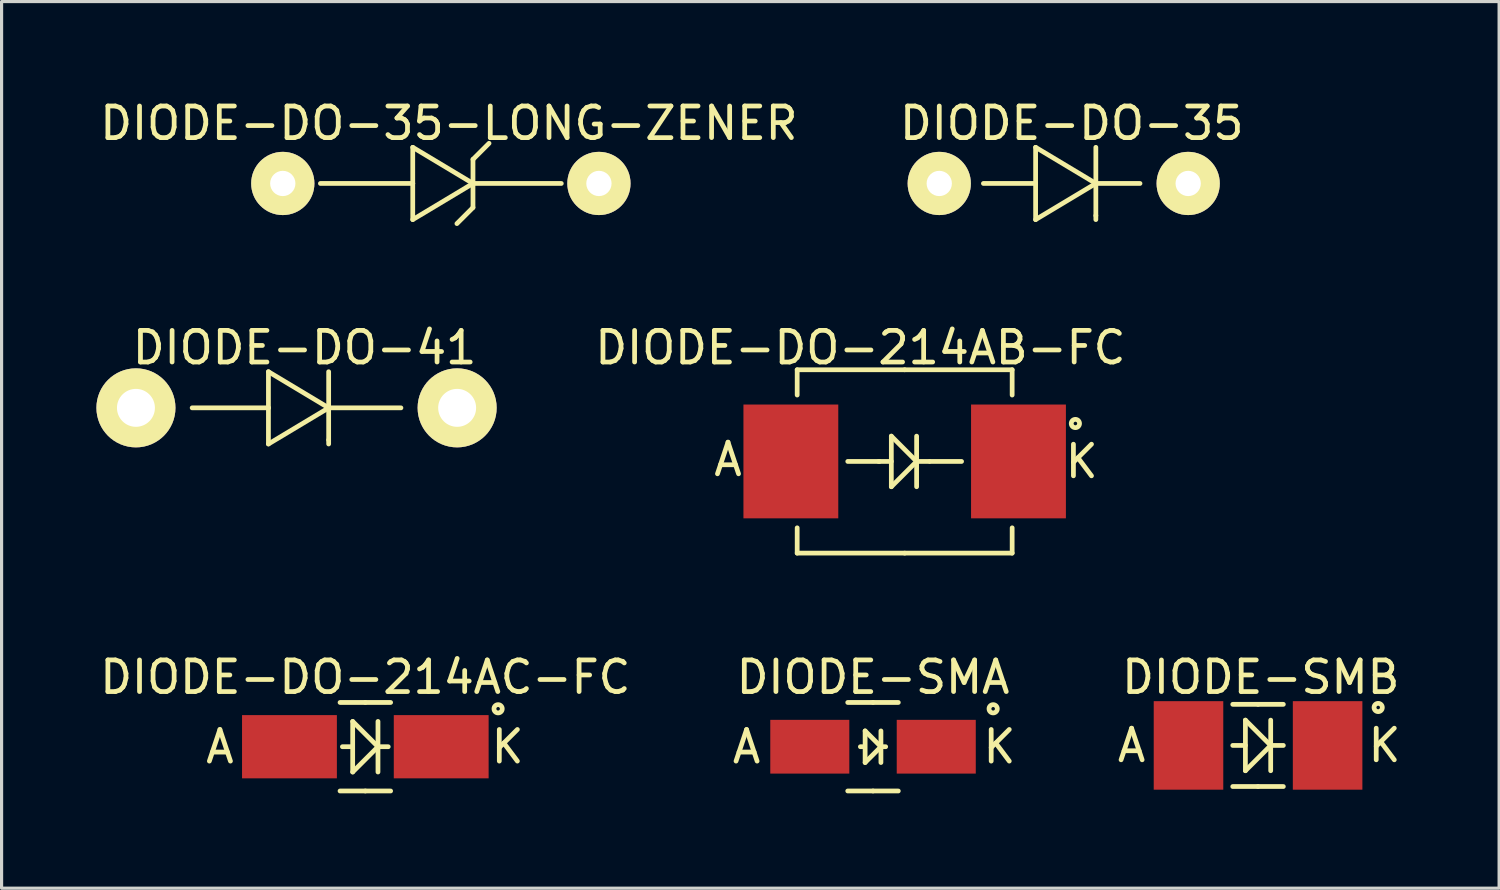
<source format=kicad_pcb>
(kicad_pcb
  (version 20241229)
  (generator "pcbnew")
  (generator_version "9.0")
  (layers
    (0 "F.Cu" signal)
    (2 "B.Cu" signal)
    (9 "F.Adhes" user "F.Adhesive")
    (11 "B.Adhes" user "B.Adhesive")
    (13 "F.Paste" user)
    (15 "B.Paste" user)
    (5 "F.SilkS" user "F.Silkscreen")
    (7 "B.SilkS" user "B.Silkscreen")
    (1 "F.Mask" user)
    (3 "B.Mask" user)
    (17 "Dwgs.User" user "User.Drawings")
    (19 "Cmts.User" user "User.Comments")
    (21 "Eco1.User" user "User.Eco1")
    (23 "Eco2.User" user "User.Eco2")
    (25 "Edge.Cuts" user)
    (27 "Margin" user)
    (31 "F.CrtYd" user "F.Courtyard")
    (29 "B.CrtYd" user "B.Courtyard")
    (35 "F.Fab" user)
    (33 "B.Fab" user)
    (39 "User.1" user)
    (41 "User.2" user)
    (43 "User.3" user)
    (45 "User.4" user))
  (footprint "DIODE-SMA"
    (layer "F.Cu")
    (at 24.565 20.57)
    (property "Reference" "DIODE-SMA" (at 0 -2.2 0) (layer "F.SilkS") (effects (font (size 1 1) (thickness 0.15))))
    (attr smd)
    (fp_line (start -0.3 0) (end -0.4 0) (stroke (width 0.15) (type solid)) (layer "F.SilkS"))
    (fp_line (start -0.25 -0.5) (end -0.25 0.5) (stroke (width 0.15) (type solid)) (layer "F.SilkS"))
    (fp_line (start -0.25 -0.5) (end 0.25 0) (stroke (width 0.15) (type solid)) (layer "F.SilkS"))
    (fp_line (start -0.25 0.5) (end 0.25 0) (stroke (width 0.15) (type solid)) (layer "F.SilkS"))
    (fp_line (start 0 -1.4) (end -0.8 -1.4) (stroke (width 0.15) (type solid)) (layer "F.SilkS"))
    (fp_line (start 0 -1.4) (end 0.8 -1.4) (stroke (width 0.15) (type solid)) (layer "F.SilkS"))
    (fp_line (start 0 1.4) (end -0.8 1.4) (stroke (width 0.15) (type solid)) (layer "F.SilkS"))
    (fp_line (start 0 1.4) (end 0.8 1.4) (stroke (width 0.15) (type solid)) (layer "F.SilkS"))
    (fp_line (start 0.25 -0.5) (end 0.25 0.5) (stroke (width 0.15) (type solid)) (layer "F.SilkS"))
    (fp_line (start 0.3 0) (end 0.4 0) (stroke (width 0.15) (type solid)) (layer "F.SilkS"))
    (fp_circle (center 3.8 -1.2) (end 3.775 -1.15) (stroke (width 0.15) (type solid)) (fill no) (layer "F.SilkS"))
    (fp_text user "A" (at -4 0 0) (layer "F.SilkS") (effects (font (size 1 1) (thickness 0.15))))
    (fp_text user "K" (at 4 0 0) (layer "F.SilkS") (effects (font (size 1 1) (thickness 0.15))))
    (pad "1" smd rect (at -2 0) (size 2.5 1.7) (layers "F.Cu" "F.Mask" "F.Paste"))
    (pad "2" smd rect (at 2 0) (size 2.5 1.7) (layers "F.Cu" "F.Mask" "F.Paste")))
  (footprint "DIODE-DO-214AC-FC"
    (layer "F.Cu")
    (at 8.506 20.57)
    (property "Reference" "DIODE-DO-214AC-FC" (at 0 -2.2 0) (layer "F.SilkS") (effects (font (size 1 1) (thickness 0.15))))
    (attr smd)
    (fp_line (start -0.425 0) (end -0.725 0) (stroke (width 0.15) (type solid)) (layer "F.SilkS"))
    (fp_line (start -0.4 -0.8) (end -0.4 0.8) (stroke (width 0.15) (type solid)) (layer "F.SilkS"))
    (fp_line (start -0.4 -0.8) (end 0.4 0) (stroke (width 0.15) (type solid)) (layer "F.SilkS"))
    (fp_line (start -0.4 0.8) (end 0.4 0) (stroke (width 0.15) (type solid)) (layer "F.SilkS"))
    (fp_line (start 0 -1.4) (end -0.8 -1.4) (stroke (width 0.15) (type solid)) (layer "F.SilkS"))
    (fp_line (start 0 -1.4) (end 0.8 -1.4) (stroke (width 0.15) (type solid)) (layer "F.SilkS"))
    (fp_line (start 0 1.4) (end -0.8 1.4) (stroke (width 0.15) (type solid)) (layer "F.SilkS"))
    (fp_line (start 0 1.4) (end 0.8 1.4) (stroke (width 0.15) (type solid)) (layer "F.SilkS"))
    (fp_line (start 0.4 -0.8) (end 0.4 0.8) (stroke (width 0.15) (type solid)) (layer "F.SilkS"))
    (fp_line (start 0.425 0) (end 0.725 0) (stroke (width 0.15) (type solid)) (layer "F.SilkS"))
    (fp_circle (center 4.2 -1.2) (end 4.175 -1.15) (stroke (width 0.15) (type solid)) (fill no) (layer "F.SilkS"))
    (fp_text user "K" (at 4.5 0 0) (layer "F.SilkS") (effects (font (size 1 1) (thickness 0.15))))
    (fp_text user "A" (at -4.6 0 0) (layer "F.SilkS") (effects (font (size 1 1) (thickness 0.15))))
    (pad "1" smd rect (at -2.4 0) (size 3 2) (layers "F.Cu" "F.Mask" "F.Paste"))
    (pad "2" smd rect (at 2.4 0) (size 3 2) (layers "F.Cu" "F.Mask" "F.Paste")))
  (footprint "DIODE-DO-35"
    (layer "F.Cu")
    (at 30.597 2.753)
    (property "Reference" "DIODE-DO-35" (at 0.254 -1.905 0) (layer "F.SilkS") (effects (font (size 1 1) (thickness 0.15))))
    (attr through_hole)
    (fp_line (start -0.889 -1.143) (end 1.016 0) (stroke (width 0.15) (type solid)) (layer "F.SilkS"))
    (fp_line (start -0.889 0) (end -2.54 0) (stroke (width 0.15) (type solid)) (layer "F.SilkS"))
    (fp_line (start -0.889 0) (end -0.889 -1.143) (stroke (width 0.15) (type solid)) (layer "F.SilkS"))
    (fp_line (start -0.889 1.143) (end -0.889 0) (stroke (width 0.15) (type solid)) (layer "F.SilkS"))
    (fp_line (start 1.016 -1.143) (end 1.016 1.016) (stroke (width 0.15) (type solid)) (layer "F.SilkS"))
    (fp_line (start 1.016 0) (end -0.889 1.143) (stroke (width 0.15) (type solid)) (layer "F.SilkS"))
    (fp_line (start 1.016 0) (end 2.413 0) (stroke (width 0.15) (type solid)) (layer "F.SilkS"))
    (fp_line (start 1.016 1.016) (end 1.016 1.143) (stroke (width 0.15) (type solid)) (layer "F.SilkS"))
    (pad "1" thru_hole circle (at -3.937 0) (size 2 2) (drill 0.8) (layers "*.Cu" "*.Mask" "F.SilkS"))
    (pad "2" thru_hole circle (at 3.937 0) (size 2 2) (drill 0.8) (layers "*.Cu" "*.Mask" "F.SilkS")))
  (footprint "DIODE-DO-214AB-FC"
    (layer "F.Cu")
    (at 25.566 11.546)
    (property "Reference" "DIODE-DO-214AB-FC" (at -1.4 -3.6 0) (layer "F.SilkS") (effects (font (size 1 1) (thickness 0.15))))
    (attr smd)
    (fp_line (start -3.4 -2.9) (end -3.4 -2.1) (stroke (width 0.15) (type solid)) (layer "F.SilkS"))
    (fp_line (start -3.4 2.9) (end -3.4 2.1) (stroke (width 0.15) (type solid)) (layer "F.SilkS"))
    (fp_line (start -0.8 0) (end -1.8 0) (stroke (width 0.15) (type solid)) (layer "F.SilkS"))
    (fp_line (start -0.422 -0.8) (end -0.422 0.8) (stroke (width 0.15) (type solid)) (layer "F.SilkS"))
    (fp_line (start -0.422 -0.8) (end 0.378 0) (stroke (width 0.15) (type solid)) (layer "F.SilkS"))
    (fp_line (start -0.422 0) (end -0.823 0) (stroke (width 0.15) (type solid)) (layer "F.SilkS"))
    (fp_line (start -0.422 0.8) (end 0.378 0) (stroke (width 0.15) (type solid)) (layer "F.SilkS"))
    (fp_line (start 0 -2.9) (end -3.4 -2.9) (stroke (width 0.15) (type solid)) (layer "F.SilkS"))
    (fp_line (start 0 -2.9) (end 3.4 -2.9) (stroke (width 0.15) (type solid)) (layer "F.SilkS"))
    (fp_line (start 0 2.9) (end -3.4 2.9) (stroke (width 0.15) (type solid)) (layer "F.SilkS"))
    (fp_line (start 0 2.9) (end 3.4 2.9) (stroke (width 0.15) (type solid)) (layer "F.SilkS"))
    (fp_line (start 0.378 -0.8) (end 0.378 0.8) (stroke (width 0.15) (type solid)) (layer "F.SilkS"))
    (fp_line (start 0.378 0) (end 0.777 0) (stroke (width 0.15) (type solid)) (layer "F.SilkS"))
    (fp_line (start 0.8 0) (end 1.8 0) (stroke (width 0.15) (type solid)) (layer "F.SilkS"))
    (fp_line (start 3.4 -2.9) (end 3.4 -2.1) (stroke (width 0.15) (type solid)) (layer "F.SilkS"))
    (fp_line (start 3.4 2.9) (end 3.4 2.1) (stroke (width 0.15) (type solid)) (layer "F.SilkS"))
    (fp_circle (center 5.4 -1.2) (end 5.375 -1.15) (stroke (width 0.15) (type solid)) (fill no) (layer "F.SilkS"))
    (fp_text user "A" (at -5.588 -0.064 0) (layer "F.SilkS") (effects (font (size 1 1) (thickness 0.15))))
    (fp_text user "K" (at 5.6 0 0) (layer "F.SilkS") (effects (font (size 1 1) (thickness 0.15))))
    (pad "1" smd rect (at -3.6 0) (size 3 3.6) (layers "F.Cu" "F.Mask" "F.Paste"))
    (pad "2" smd rect (at 3.6 0) (size 3 3.6) (layers "F.Cu" "F.Mask" "F.Paste")))
  (footprint "DIODE-DO-41"
    (layer "F.Cu")
    (at 6.33 9.851)
    (property "Reference" "DIODE-DO-41" (at 0.254 -1.905 0) (layer "F.SilkS") (effects (font (size 1 1) (thickness 0.15))))
    (attr through_hole)
    (fp_line (start -3.302 0) (end -0.889 0) (stroke (width 0.15) (type solid)) (layer "F.SilkS"))
    (fp_line (start -0.889 -1.143) (end 1.016 0) (stroke (width 0.15) (type solid)) (layer "F.SilkS"))
    (fp_line (start -0.889 0) (end -0.889 -1.143) (stroke (width 0.15) (type solid)) (layer "F.SilkS"))
    (fp_line (start -0.889 1.143) (end -0.889 0) (stroke (width 0.15) (type solid)) (layer "F.SilkS"))
    (fp_line (start 1.016 -1.143) (end 1.016 1.016) (stroke (width 0.15) (type solid)) (layer "F.SilkS"))
    (fp_line (start 1.016 0) (end -0.889 1.143) (stroke (width 0.15) (type solid)) (layer "F.SilkS"))
    (fp_line (start 1.016 0) (end 3.302 0) (stroke (width 0.15) (type solid)) (layer "F.SilkS"))
    (fp_line (start 1.016 1.016) (end 1.016 1.143) (stroke (width 0.15) (type solid)) (layer "F.SilkS"))
    (pad "1" thru_hole circle (at -5.08 0) (size 2.5 2.5) (drill 1.2) (layers "*.Cu" "*.Mask" "F.SilkS"))
    (pad "2" thru_hole circle (at 5.08 0) (size 2.5 2.5) (drill 1.2) (layers "*.Cu" "*.Mask" "F.SilkS")))
  (footprint "DIODE-DO-35-LONG-ZENER"
    (layer "F.Cu")
    (at 10.895 2.753)
    (property "Reference" "DIODE-DO-35-LONG-ZENER" (at 0.254 -1.905 0) (layer "F.SilkS") (effects (font (size 1 1) (thickness 0.15))))
    (attr through_hole)
    (fp_line (start -0.889 -1.143) (end 1.016 0) (stroke (width 0.15) (type solid)) (layer "F.SilkS"))
    (fp_line (start -0.889 0) (end -3.81 0) (stroke (width 0.15) (type solid)) (layer "F.SilkS"))
    (fp_line (start -0.889 0) (end -0.889 -1.143) (stroke (width 0.15) (type solid)) (layer "F.SilkS"))
    (fp_line (start -0.889 1.143) (end -0.889 0) (stroke (width 0.15) (type solid)) (layer "F.SilkS"))
    (fp_line (start 0.508 1.27) (end 1.016 0.762) (stroke (width 0.15) (type solid)) (layer "F.SilkS"))
    (fp_line (start 1.016 -0.762) (end 1.016 0.762) (stroke (width 0.15) (type solid)) (layer "F.SilkS"))
    (fp_line (start 1.016 -0.762) (end 1.524 -1.27) (stroke (width 0.15) (type solid)) (layer "F.SilkS"))
    (fp_line (start 1.016 0) (end -0.889 1.143) (stroke (width 0.15) (type solid)) (layer "F.SilkS"))
    (fp_line (start 1.016 0) (end 3.81 0) (stroke (width 0.15) (type solid)) (layer "F.SilkS"))
    (pad "1" thru_hole circle (at -5 0) (size 2 2) (drill 0.8) (layers "*.Cu" "*.Mask" "F.SilkS"))
    (pad "2" thru_hole circle (at 5 0) (size 2 2) (drill 0.8) (layers "*.Cu" "*.Mask" "F.SilkS")))
  (footprint "DIODE-SMB"
    (layer "F.Cu")
    (at 34.544 20.529)
    (property "Reference" "DIODE-SMB" (at 2.286 -2.159 0) (layer "F.SilkS") (effects (font (size 1 1) (thickness 0.15))))
    (attr smd)
    (fp_line (start 1.8 -0.8) (end 1.8 0.8) (stroke (width 0.15) (type solid)) (layer "F.SilkS"))
    (fp_line (start 1.8 -0.8) (end 2.6 0) (stroke (width 0.15) (type solid)) (layer "F.SilkS"))
    (fp_line (start 1.8 0) (end 1.4 0) (stroke (width 0.15) (type solid)) (layer "F.SilkS"))
    (fp_line (start 1.8 0.8) (end 2.6 0) (stroke (width 0.15) (type solid)) (layer "F.SilkS"))
    (fp_line (start 2.2 -1.3) (end 1.4 -1.3) (stroke (width 0.15) (type solid)) (layer "F.SilkS"))
    (fp_line (start 2.2 -1.3) (end 3 -1.3) (stroke (width 0.15) (type solid)) (layer "F.SilkS"))
    (fp_line (start 2.2 1.3) (end 1.4 1.3) (stroke (width 0.15) (type solid)) (layer "F.SilkS"))
    (fp_line (start 2.2 1.3) (end 3 1.3) (stroke (width 0.15) (type solid)) (layer "F.SilkS"))
    (fp_line (start 2.6 -0.8) (end 2.6 0.8) (stroke (width 0.15) (type solid)) (layer "F.SilkS"))
    (fp_line (start 2.6 0) (end 3 0) (stroke (width 0.15) (type solid)) (layer "F.SilkS"))
    (fp_circle (center 6 -1.2) (end 5.975 -1.15) (stroke (width 0.15) (type solid)) (fill no) (layer "F.SilkS"))
    (fp_text user "K" (at 6.2 0 0) (layer "F.SilkS") (effects (font (size 1 1) (thickness 0.15))))
    (fp_text user "A" (at -1.8 0 0) (layer "F.SilkS") (effects (font (size 1 1) (thickness 0.15))))
    (pad "1" smd rect (at 0 0) (size 2.2 2.8) (layers "F.Cu" "F.Mask" "F.Paste"))
    (pad "2" smd rect (at 4.4 0) (size 2.2 2.8) (layers "F.Cu" "F.Mask" "F.Paste")))
  (gr_rect
    (start -3 -3)
    (end 44.369 25.045)
    (stroke (width 0.1) (type default))
    (fill no)
    (layer "Edge.Cuts")))
</source>
